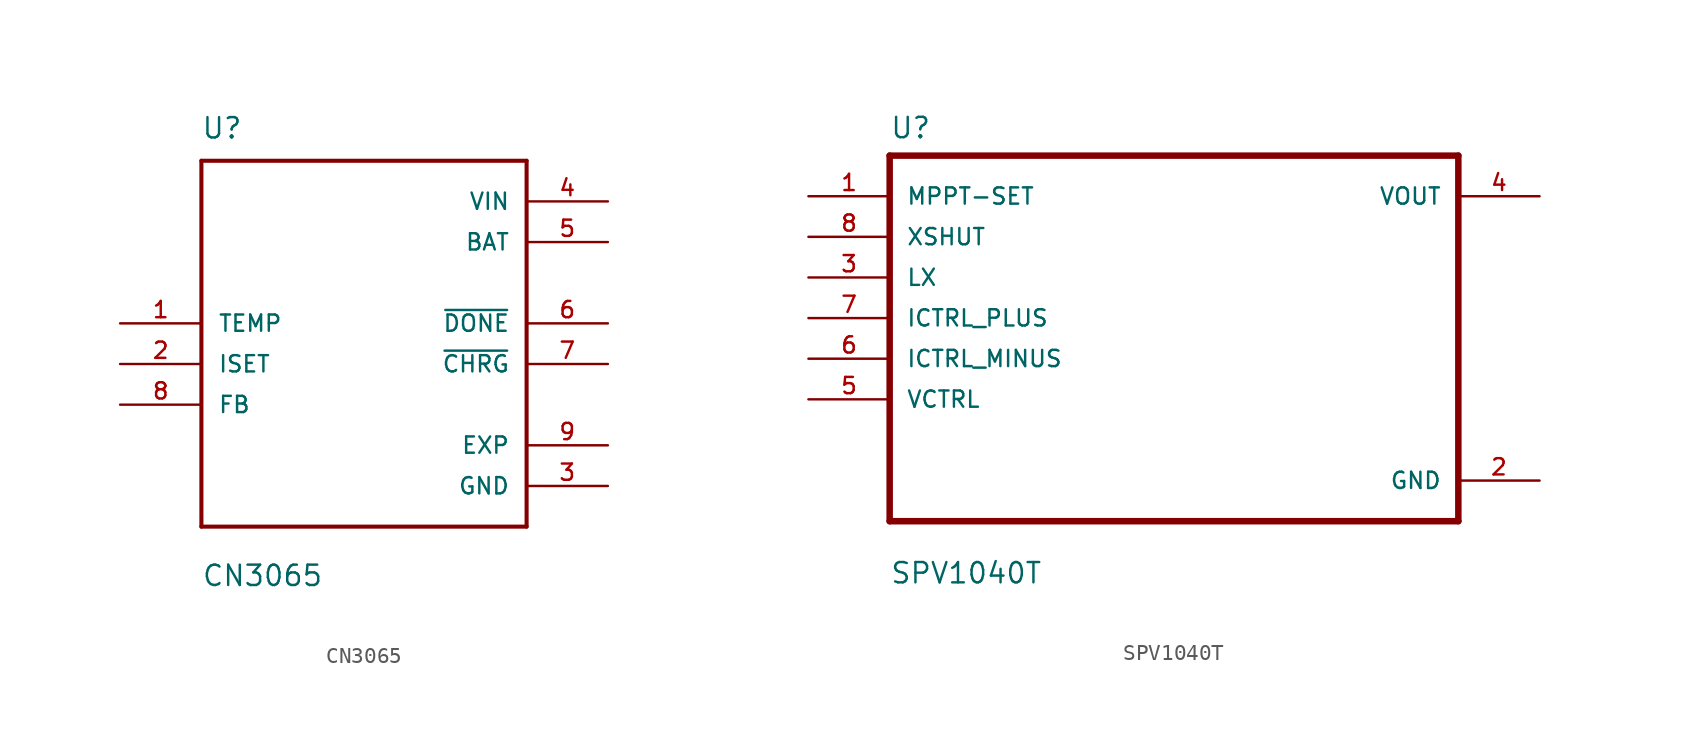
<source format=kicad_sym>
(kicad_symbol_lib
  (version 20210619)
  (generator kicad_symbol_editor)
  (symbol "Energy_harvesting_user:CN3065"
    (pin_names
      (offset 1.016))
    (property "Reference" "U"
      (at -10.185 13.995 0)
      (effects (font (size 1.27 1.27)) (justify left bottom)))
    (property "Value" "CN3065"
      (at -10.16 -13.97 0)
      (effects (font (size 1.27 1.27)) (justify left bottom)))
    (property "ki_locked" ""
      (at 0 0 0)
      (effects (font (size 1.27 1.27))))
    (symbol "CN3065_0_0"
      (polyline (pts (xy -10.16 -10.16) (xy -10.16 12.7)) (stroke (width 0.254)) (fill (type none)))
      (polyline (pts (xy -10.16 12.7) (xy 10.16 12.7)) (stroke (width 0.254)) (fill (type none)))
      (polyline (pts (xy 10.16 -10.16) (xy -10.16 -10.16)) (stroke (width 0.254)) (fill (type none)))
      (polyline (pts (xy 10.16 12.7) (xy 10.16 -10.16)) (stroke (width 0.254)) (fill (type none)))
      (pin input line (at -15.24 2.54 0) (length 5.08) (name "TEMP" (effects (font (size 1.016 1.016)))) (number "1" (effects (font (size 1.016 1.016)))))
      (pin input line (at -15.24 0 0) (length 5.08) (name "ISET" (effects (font (size 1.016 1.016)))) (number "2" (effects (font (size 1.016 1.016)))))
      (pin power_in line (at 15.24 -7.62 180) (length 5.08) (name "GND" (effects (font (size 1.016 1.016)))) (number "3" (effects (font (size 1.016 1.016)))))
      (pin power_in line (at 15.24 10.16 180) (length 5.08) (name "VIN" (effects (font (size 1.016 1.016)))) (number "4" (effects (font (size 1.016 1.016)))))
      (pin power_in line (at 15.24 7.62 180) (length 5.08) (name "BAT" (effects (font (size 1.016 1.016)))) (number "5" (effects (font (size 1.016 1.016)))))
      (pin output line (at 15.24 2.54 180) (length 5.08) (name "~{DONE}" (effects (font (size 1.016 1.016)))) (number "6" (effects (font (size 1.016 1.016)))))
      (pin output line (at 15.24 0 180) (length 5.08) (name "~{CHRG}" (effects (font (size 1.016 1.016)))) (number "7" (effects (font (size 1.016 1.016)))))
      (pin input line (at -15.24 -2.54 0) (length 5.08) (name "FB" (effects (font (size 1.016 1.016)))) (number "8" (effects (font (size 1.016 1.016)))))
      (pin power_in line (at 15.24 -5.08 180) (length 5.08) (name "EXP" (effects (font (size 1.016 1.016)))) (number "9" (effects (font (size 1.016 1.016)))))))
  (symbol "Energy_harvesting_user:SPV1040T"
    (pin_names
      (offset 1.016))
    (property "Reference" "U"
      (at -17.78 13.691 0)
      (effects (font (size 1.27 1.27)) (justify left bottom)))
    (property "Value" "SPV1040T"
      (at -17.78 -14.148 0)
      (effects (font (size 1.27 1.27)) (justify left bottom)))
    (property "ki_locked" ""
      (at 0 0 0)
      (effects (font (size 1.27 1.27))))
    (symbol "SPV1040T_0_0"
      (polyline (pts (xy -17.78 -10.16) (xy -17.78 12.7)) (stroke (width 0.406)) (fill (type none)))
      (polyline (pts (xy -17.78 12.7) (xy 17.78 12.7)) (stroke (width 0.406)) (fill (type none)))
      (polyline (pts (xy 17.78 -10.16) (xy -17.78 -10.16)) (stroke (width 0.406)) (fill (type none)))
      (polyline (pts (xy 17.78 12.7) (xy 17.78 -10.16)) (stroke (width 0.406)) (fill (type none)))
      (pin input line (at -22.86 10.16 0) (length 5.08) (name "MPPT-SET" (effects (font (size 1.016 1.016)))) (number "1" (effects (font (size 1.016 1.016)))))
      (pin power_in line (at 22.86 -7.62 180) (length 5.08) (name "GND" (effects (font (size 1.016 1.016)))) (number "2" (effects (font (size 1.016 1.016)))))
      (pin input line (at -22.86 5.08 0) (length 5.08) (name "LX" (effects (font (size 1.016 1.016)))) (number "3" (effects (font (size 1.016 1.016)))))
      (pin output line (at 22.86 10.16 180) (length 5.08) (name "VOUT" (effects (font (size 1.016 1.016)))) (number "4" (effects (font (size 1.016 1.016)))))
      (pin input line (at -22.86 -2.54 0) (length 5.08) (name "VCTRL" (effects (font (size 1.016 1.016)))) (number "5" (effects (font (size 1.016 1.016)))))
      (pin input line (at -22.86 0 0) (length 5.08) (name "ICTRL_MINUS" (effects (font (size 1.016 1.016)))) (number "6" (effects (font (size 1.016 1.016)))))
      (pin input line (at -22.86 2.54 0) (length 5.08) (name "ICTRL_PLUS" (effects (font (size 1.016 1.016)))) (number "7" (effects (font (size 1.016 1.016)))))
      (pin input line (at -22.86 7.62 0) (length 5.08) (name "XSHUT" (effects (font (size 1.016 1.016)))) (number "8" (effects (font (size 1.016 1.016))))))))
</source>
